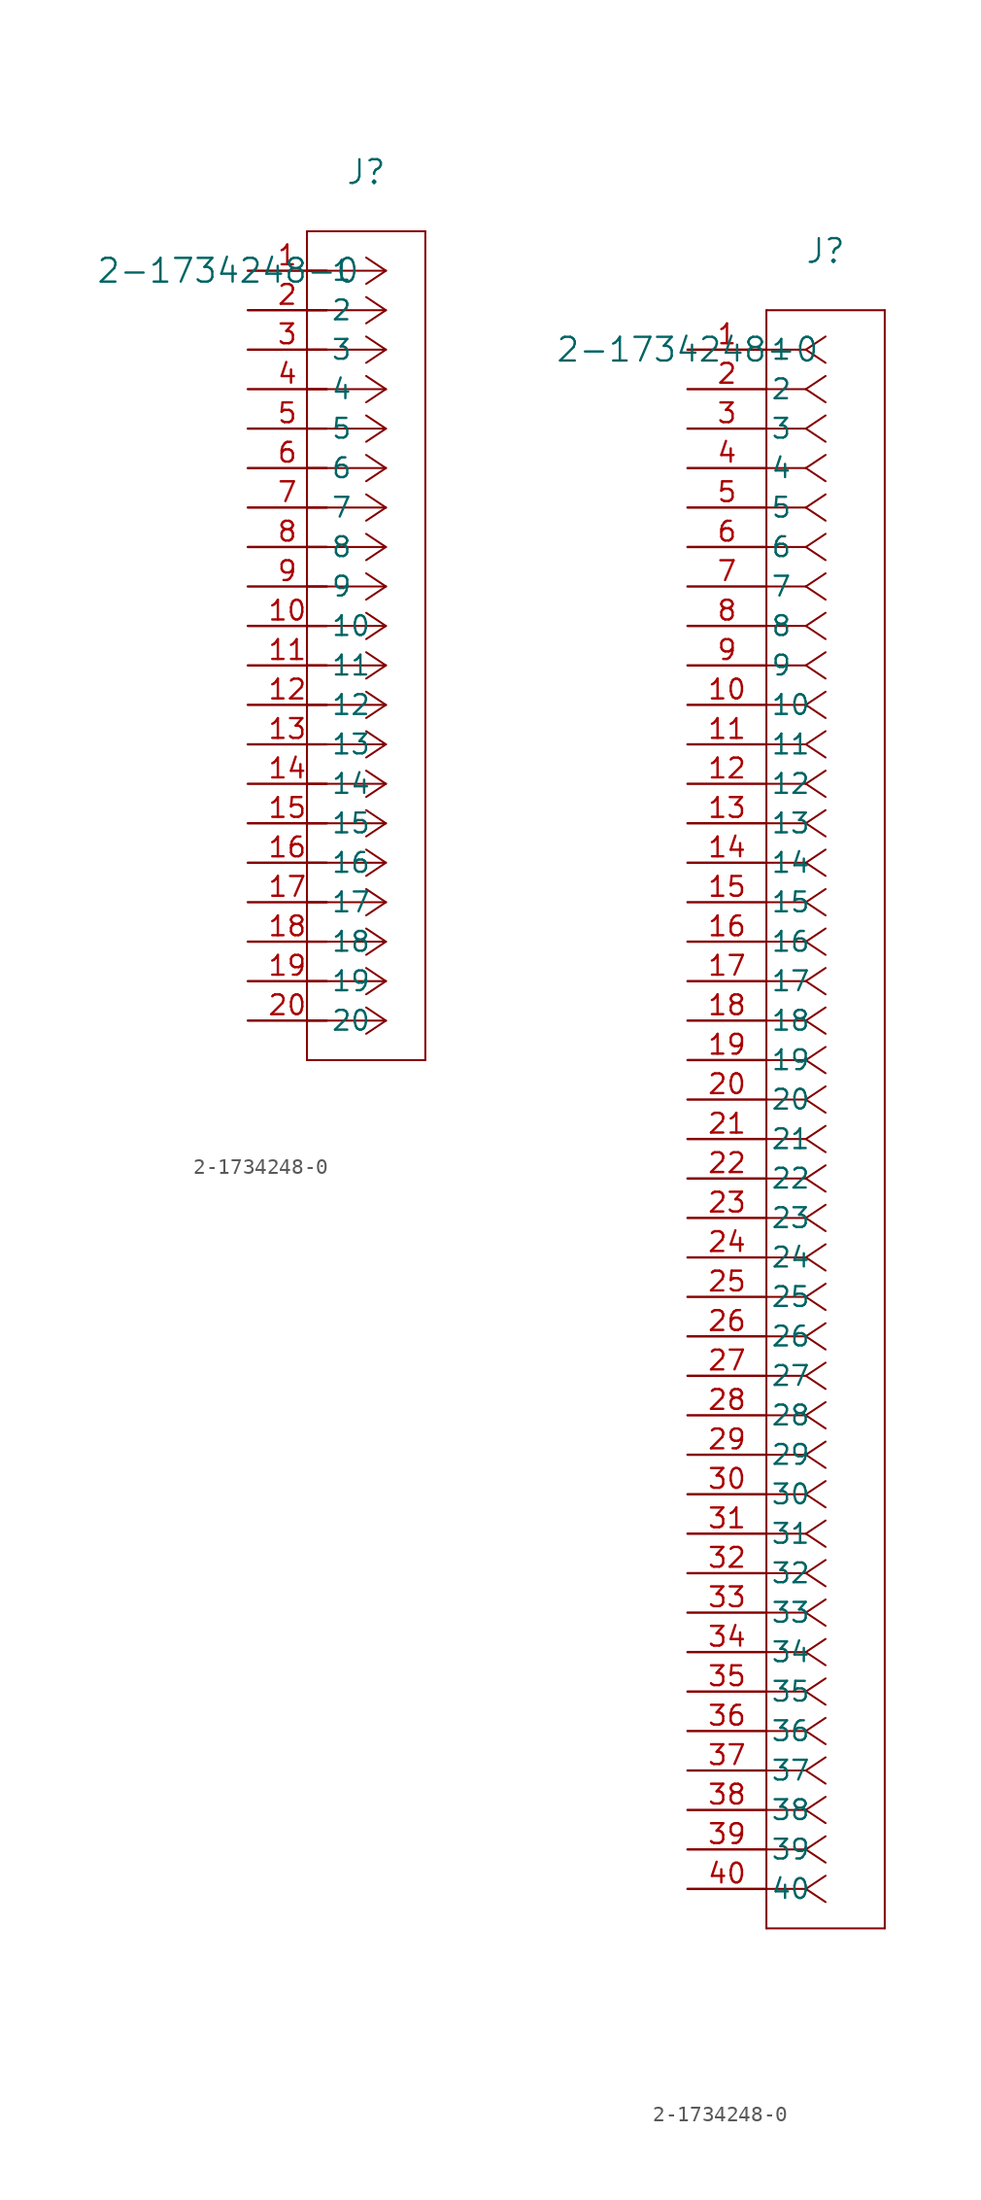
<source format=kicad_sym>
(kicad_symbol_lib
  (version 20241209)
  (generator "kicad_symbol_editor")
  (generator_version "9.0")
  (symbol "2-1734248-0"
    (pin_names
      (offset 0.254))
    (property "Reference" "J"
      (at 8.89 6.35 0)
      (effects (font (size 1.524 1.524))))
    (property "Value" "2-1734248-0"
      (at 0 0 0)
      (effects (font (size 1.524 1.524))))
    (property "ki_locked" ""
      (at 0 0 0)
      (effects (font (size 1.27 1.27))))
    (symbol "2-1734248-0_1_1"
      (polyline (pts (xy 5.08 2.54) (xy 5.08 -50.8)) (stroke (width 0.127) (type default)) (fill (type none)))
      (polyline (pts (xy 5.08 -50.8) (xy 12.7 -50.8)) (stroke (width 0.127) (type default)) (fill (type none)))
      (polyline (pts (xy 10.16 0) (xy 5.08 0)) (stroke (width 0.127) (type default)) (fill (type none)))
      (polyline (pts (xy 10.16 0) (xy 8.89 0.847)) (stroke (width 0.127) (type default)) (fill (type none)))
      (polyline (pts (xy 10.16 0) (xy 8.89 -0.847)) (stroke (width 0.127) (type default)) (fill (type none)))
      (polyline (pts (xy 10.16 -2.54) (xy 5.08 -2.54)) (stroke (width 0.127) (type default)) (fill (type none)))
      (polyline (pts (xy 10.16 -2.54) (xy 8.89 -1.693)) (stroke (width 0.127) (type default)) (fill (type none)))
      (polyline (pts (xy 10.16 -2.54) (xy 8.89 -3.387)) (stroke (width 0.127) (type default)) (fill (type none)))
      (polyline (pts (xy 10.16 -5.08) (xy 5.08 -5.08)) (stroke (width 0.127) (type default)) (fill (type none)))
      (polyline (pts (xy 10.16 -5.08) (xy 8.89 -4.233)) (stroke (width 0.127) (type default)) (fill (type none)))
      (polyline (pts (xy 10.16 -5.08) (xy 8.89 -5.927)) (stroke (width 0.127) (type default)) (fill (type none)))
      (polyline (pts (xy 10.16 -7.62) (xy 5.08 -7.62)) (stroke (width 0.127) (type default)) (fill (type none)))
      (polyline (pts (xy 10.16 -7.62) (xy 8.89 -6.773)) (stroke (width 0.127) (type default)) (fill (type none)))
      (polyline (pts (xy 10.16 -7.62) (xy 8.89 -8.467)) (stroke (width 0.127) (type default)) (fill (type none)))
      (polyline (pts (xy 10.16 -10.16) (xy 5.08 -10.16)) (stroke (width 0.127) (type default)) (fill (type none)))
      (polyline (pts (xy 10.16 -10.16) (xy 8.89 -9.313)) (stroke (width 0.127) (type default)) (fill (type none)))
      (polyline (pts (xy 10.16 -10.16) (xy 8.89 -11.007)) (stroke (width 0.127) (type default)) (fill (type none)))
      (polyline (pts (xy 10.16 -12.7) (xy 5.08 -12.7)) (stroke (width 0.127) (type default)) (fill (type none)))
      (polyline (pts (xy 10.16 -12.7) (xy 8.89 -11.853)) (stroke (width 0.127) (type default)) (fill (type none)))
      (polyline (pts (xy 10.16 -12.7) (xy 8.89 -13.547)) (stroke (width 0.127) (type default)) (fill (type none)))
      (polyline (pts (xy 10.16 -15.24) (xy 5.08 -15.24)) (stroke (width 0.127) (type default)) (fill (type none)))
      (polyline (pts (xy 10.16 -15.24) (xy 8.89 -14.393)) (stroke (width 0.127) (type default)) (fill (type none)))
      (polyline (pts (xy 10.16 -15.24) (xy 8.89 -16.087)) (stroke (width 0.127) (type default)) (fill (type none)))
      (polyline (pts (xy 10.16 -17.78) (xy 5.08 -17.78)) (stroke (width 0.127) (type default)) (fill (type none)))
      (polyline (pts (xy 10.16 -17.78) (xy 8.89 -16.933)) (stroke (width 0.127) (type default)) (fill (type none)))
      (polyline (pts (xy 10.16 -17.78) (xy 8.89 -18.627)) (stroke (width 0.127) (type default)) (fill (type none)))
      (polyline (pts (xy 10.16 -20.32) (xy 5.08 -20.32)) (stroke (width 0.127) (type default)) (fill (type none)))
      (polyline (pts (xy 10.16 -20.32) (xy 8.89 -19.473)) (stroke (width 0.127) (type default)) (fill (type none)))
      (polyline (pts (xy 10.16 -20.32) (xy 8.89 -21.167)) (stroke (width 0.127) (type default)) (fill (type none)))
      (polyline (pts (xy 10.16 -22.86) (xy 5.08 -22.86)) (stroke (width 0.127) (type default)) (fill (type none)))
      (polyline (pts (xy 10.16 -22.86) (xy 8.89 -22.013)) (stroke (width 0.127) (type default)) (fill (type none)))
      (polyline (pts (xy 10.16 -22.86) (xy 8.89 -23.707)) (stroke (width 0.127) (type default)) (fill (type none)))
      (polyline (pts (xy 10.16 -25.4) (xy 5.08 -25.4)) (stroke (width 0.127) (type default)) (fill (type none)))
      (polyline (pts (xy 10.16 -25.4) (xy 8.89 -24.553)) (stroke (width 0.127) (type default)) (fill (type none)))
      (polyline (pts (xy 10.16 -25.4) (xy 8.89 -26.247)) (stroke (width 0.127) (type default)) (fill (type none)))
      (polyline (pts (xy 10.16 -27.94) (xy 5.08 -27.94)) (stroke (width 0.127) (type default)) (fill (type none)))
      (polyline (pts (xy 10.16 -27.94) (xy 8.89 -27.093)) (stroke (width 0.127) (type default)) (fill (type none)))
      (polyline (pts (xy 10.16 -27.94) (xy 8.89 -28.787)) (stroke (width 0.127) (type default)) (fill (type none)))
      (polyline (pts (xy 10.16 -30.48) (xy 5.08 -30.48)) (stroke (width 0.127) (type default)) (fill (type none)))
      (polyline (pts (xy 10.16 -30.48) (xy 8.89 -29.633)) (stroke (width 0.127) (type default)) (fill (type none)))
      (polyline (pts (xy 10.16 -30.48) (xy 8.89 -31.327)) (stroke (width 0.127) (type default)) (fill (type none)))
      (polyline (pts (xy 10.16 -33.02) (xy 5.08 -33.02)) (stroke (width 0.127) (type default)) (fill (type none)))
      (polyline (pts (xy 10.16 -33.02) (xy 8.89 -32.173)) (stroke (width 0.127) (type default)) (fill (type none)))
      (polyline (pts (xy 10.16 -33.02) (xy 8.89 -33.867)) (stroke (width 0.127) (type default)) (fill (type none)))
      (polyline (pts (xy 10.16 -35.56) (xy 5.08 -35.56)) (stroke (width 0.127) (type default)) (fill (type none)))
      (polyline (pts (xy 10.16 -35.56) (xy 8.89 -34.713)) (stroke (width 0.127) (type default)) (fill (type none)))
      (polyline (pts (xy 10.16 -35.56) (xy 8.89 -36.407)) (stroke (width 0.127) (type default)) (fill (type none)))
      (polyline (pts (xy 10.16 -38.1) (xy 5.08 -38.1)) (stroke (width 0.127) (type default)) (fill (type none)))
      (polyline (pts (xy 10.16 -38.1) (xy 8.89 -37.253)) (stroke (width 0.127) (type default)) (fill (type none)))
      (polyline (pts (xy 10.16 -38.1) (xy 8.89 -38.947)) (stroke (width 0.127) (type default)) (fill (type none)))
      (polyline (pts (xy 10.16 -40.64) (xy 5.08 -40.64)) (stroke (width 0.127) (type default)) (fill (type none)))
      (polyline (pts (xy 10.16 -40.64) (xy 8.89 -39.793)) (stroke (width 0.127) (type default)) (fill (type none)))
      (polyline (pts (xy 10.16 -40.64) (xy 8.89 -41.487)) (stroke (width 0.127) (type default)) (fill (type none)))
      (polyline (pts (xy 10.16 -43.18) (xy 5.08 -43.18)) (stroke (width 0.127) (type default)) (fill (type none)))
      (polyline (pts (xy 10.16 -43.18) (xy 8.89 -42.333)) (stroke (width 0.127) (type default)) (fill (type none)))
      (polyline (pts (xy 10.16 -43.18) (xy 8.89 -44.027)) (stroke (width 0.127) (type default)) (fill (type none)))
      (polyline (pts (xy 10.16 -45.72) (xy 5.08 -45.72)) (stroke (width 0.127) (type default)) (fill (type none)))
      (polyline (pts (xy 10.16 -45.72) (xy 8.89 -44.873)) (stroke (width 0.127) (type default)) (fill (type none)))
      (polyline (pts (xy 10.16 -45.72) (xy 8.89 -46.567)) (stroke (width 0.127) (type default)) (fill (type none)))
      (polyline (pts (xy 10.16 -48.26) (xy 5.08 -48.26)) (stroke (width 0.127) (type default)) (fill (type none)))
      (polyline (pts (xy 10.16 -48.26) (xy 8.89 -47.413)) (stroke (width 0.127) (type default)) (fill (type none)))
      (polyline (pts (xy 10.16 -48.26) (xy 8.89 -49.107)) (stroke (width 0.127) (type default)) (fill (type none)))
      (polyline (pts (xy 12.7 2.54) (xy 5.08 2.54)) (stroke (width 0.127) (type default)) (fill (type none)))
      (polyline (pts (xy 12.7 -50.8) (xy 12.7 2.54)) (stroke (width 0.127) (type default)) (fill (type none)))
      (pin unspecified line (at 1.27 0 0) (length 5.08) (name "1" (effects (font (size 1.27 1.27)))) (number "1" (effects (font (size 1.27 1.27)))))
      (pin unspecified line (at 1.27 0 0) (length 5.08) (hide yes) (name "21" (effects (font (size 1.27 1.27)))) (number "21" (effects (font (size 1.27 1.27)))))
      (pin unspecified line (at 1.27 -2.54 0) (length 5.08) (name "2" (effects (font (size 1.27 1.27)))) (number "2" (effects (font (size 1.27 1.27)))))
      (pin unspecified line (at 1.27 -2.54 0) (length 5.08) (hide yes) (name "22" (effects (font (size 1.27 1.27)))) (number "22" (effects (font (size 1.27 1.27)))))
      (pin unspecified line (at 1.27 -5.08 0) (length 5.08) (hide yes) (name "23" (effects (font (size 1.27 1.27)))) (number "23" (effects (font (size 1.27 1.27)))))
      (pin unspecified line (at 1.27 -5.08 0) (length 5.08) (name "3" (effects (font (size 1.27 1.27)))) (number "3" (effects (font (size 1.27 1.27)))))
      (pin unspecified line (at 1.27 -7.62 0) (length 5.08) (hide yes) (name "24" (effects (font (size 1.27 1.27)))) (number "24" (effects (font (size 1.27 1.27)))))
      (pin unspecified line (at 1.27 -7.62 0) (length 5.08) (name "4" (effects (font (size 1.27 1.27)))) (number "4" (effects (font (size 1.27 1.27)))))
      (pin unspecified line (at 1.27 -10.16 0) (length 5.08) (hide yes) (name "25" (effects (font (size 1.27 1.27)))) (number "25" (effects (font (size 1.27 1.27)))))
      (pin unspecified line (at 1.27 -10.16 0) (length 5.08) (name "5" (effects (font (size 1.27 1.27)))) (number "5" (effects (font (size 1.27 1.27)))))
      (pin unspecified line (at 1.27 -12.7 0) (length 5.08) (hide yes) (name "26" (effects (font (size 1.27 1.27)))) (number "26" (effects (font (size 1.27 1.27)))))
      (pin unspecified line (at 1.27 -12.7 0) (length 5.08) (name "6" (effects (font (size 1.27 1.27)))) (number "6" (effects (font (size 1.27 1.27)))))
      (pin unspecified line (at 1.27 -15.24 0) (length 5.08) (hide yes) (name "27" (effects (font (size 1.27 1.27)))) (number "27" (effects (font (size 1.27 1.27)))))
      (pin unspecified line (at 1.27 -15.24 0) (length 5.08) (name "7" (effects (font (size 1.27 1.27)))) (number "7" (effects (font (size 1.27 1.27)))))
      (pin unspecified line (at 1.27 -17.78 0) (length 5.08) (hide yes) (name "28" (effects (font (size 1.27 1.27)))) (number "28" (effects (font (size 1.27 1.27)))))
      (pin unspecified line (at 1.27 -17.78 0) (length 5.08) (name "8" (effects (font (size 1.27 1.27)))) (number "8" (effects (font (size 1.27 1.27)))))
      (pin unspecified line (at 1.27 -20.32 0) (length 5.08) (hide yes) (name "29" (effects (font (size 1.27 1.27)))) (number "29" (effects (font (size 1.27 1.27)))))
      (pin unspecified line (at 1.27 -20.32 0) (length 5.08) (name "9" (effects (font (size 1.27 1.27)))) (number "9" (effects (font (size 1.27 1.27)))))
      (pin unspecified line (at 1.27 -22.86 0) (length 5.08) (name "10" (effects (font (size 1.27 1.27)))) (number "10" (effects (font (size 1.27 1.27)))))
      (pin unspecified line (at 1.27 -22.86 0) (length 5.08) (hide yes) (name "30" (effects (font (size 1.27 1.27)))) (number "30" (effects (font (size 1.27 1.27)))))
      (pin unspecified line (at 1.27 -25.4 0) (length 5.08) (name "11" (effects (font (size 1.27 1.27)))) (number "11" (effects (font (size 1.27 1.27)))))
      (pin unspecified line (at 1.27 -25.4 0) (length 5.08) (hide yes) (name "31" (effects (font (size 1.27 1.27)))) (number "31" (effects (font (size 1.27 1.27)))))
      (pin unspecified line (at 1.27 -27.94 0) (length 5.08) (name "12" (effects (font (size 1.27 1.27)))) (number "12" (effects (font (size 1.27 1.27)))))
      (pin unspecified line (at 1.27 -27.94 0) (length 5.08) (hide yes) (name "32" (effects (font (size 1.27 1.27)))) (number "32" (effects (font (size 1.27 1.27)))))
      (pin unspecified line (at 1.27 -30.48 0) (length 5.08) (name "13" (effects (font (size 1.27 1.27)))) (number "13" (effects (font (size 1.27 1.27)))))
      (pin unspecified line (at 1.27 -30.48 0) (length 5.08) (hide yes) (name "33" (effects (font (size 1.27 1.27)))) (number "33" (effects (font (size 1.27 1.27)))))
      (pin unspecified line (at 1.27 -33.02 0) (length 5.08) (name "14" (effects (font (size 1.27 1.27)))) (number "14" (effects (font (size 1.27 1.27)))))
      (pin unspecified line (at 1.27 -33.02 0) (length 5.08) (hide yes) (name "34" (effects (font (size 1.27 1.27)))) (number "34" (effects (font (size 1.27 1.27)))))
      (pin unspecified line (at 1.27 -35.56 0) (length 5.08) (name "15" (effects (font (size 1.27 1.27)))) (number "15" (effects (font (size 1.27 1.27)))))
      (pin unspecified line (at 1.27 -35.56 0) (length 5.08) (hide yes) (name "35" (effects (font (size 1.27 1.27)))) (number "35" (effects (font (size 1.27 1.27)))))
      (pin unspecified line (at 1.27 -38.1 0) (length 5.08) (name "16" (effects (font (size 1.27 1.27)))) (number "16" (effects (font (size 1.27 1.27)))))
      (pin unspecified line (at 1.27 -38.1 0) (length 5.08) (hide yes) (name "36" (effects (font (size 1.27 1.27)))) (number "36" (effects (font (size 1.27 1.27)))))
      (pin unspecified line (at 1.27 -40.64 0) (length 5.08) (name "17" (effects (font (size 1.27 1.27)))) (number "17" (effects (font (size 1.27 1.27)))))
      (pin unspecified line (at 1.27 -40.64 0) (length 5.08) (hide yes) (name "37" (effects (font (size 1.27 1.27)))) (number "37" (effects (font (size 1.27 1.27)))))
      (pin unspecified line (at 1.27 -43.18 0) (length 5.08) (name "18" (effects (font (size 1.27 1.27)))) (number "18" (effects (font (size 1.27 1.27)))))
      (pin unspecified line (at 1.27 -43.18 0) (length 5.08) (hide yes) (name "38" (effects (font (size 1.27 1.27)))) (number "38" (effects (font (size 1.27 1.27)))))
      (pin unspecified line (at 1.27 -45.72 0) (length 5.08) (name "19" (effects (font (size 1.27 1.27)))) (number "19" (effects (font (size 1.27 1.27)))))
      (pin unspecified line (at 1.27 -45.72 0) (length 5.08) (hide yes) (name "39" (effects (font (size 1.27 1.27)))) (number "39" (effects (font (size 1.27 1.27)))))
      (pin unspecified line (at 1.27 -48.26 0) (length 5.08) (name "20" (effects (font (size 1.27 1.27)))) (number "20" (effects (font (size 1.27 1.27)))))
      (pin unspecified line (at 1.27 -48.26 0) (length 5.08) (hide yes) (name "40" (effects (font (size 1.27 1.27)))) (number "40" (effects (font (size 1.27 1.27))))))
    (symbol "2-1734248-0_1_2"
      (polyline (pts (xy 5.08 2.54) (xy 5.08 -101.6)) (stroke (width 0.127) (type default)) (fill (type none)))
      (polyline (pts (xy 5.08 -101.6) (xy 12.7 -101.6)) (stroke (width 0.127) (type default)) (fill (type none)))
      (polyline (pts (xy 7.62 0) (xy 5.08 0)) (stroke (width 0.127) (type default)) (fill (type none)))
      (polyline (pts (xy 7.62 0) (xy 8.89 0.847)) (stroke (width 0.127) (type default)) (fill (type none)))
      (polyline (pts (xy 7.62 0) (xy 8.89 -0.847)) (stroke (width 0.127) (type default)) (fill (type none)))
      (polyline (pts (xy 7.62 -2.54) (xy 5.08 -2.54)) (stroke (width 0.127) (type default)) (fill (type none)))
      (polyline (pts (xy 7.62 -2.54) (xy 8.89 -1.693)) (stroke (width 0.127) (type default)) (fill (type none)))
      (polyline (pts (xy 7.62 -2.54) (xy 8.89 -3.387)) (stroke (width 0.127) (type default)) (fill (type none)))
      (polyline (pts (xy 7.62 -5.08) (xy 5.08 -5.08)) (stroke (width 0.127) (type default)) (fill (type none)))
      (polyline (pts (xy 7.62 -5.08) (xy 8.89 -4.233)) (stroke (width 0.127) (type default)) (fill (type none)))
      (polyline (pts (xy 7.62 -5.08) (xy 8.89 -5.927)) (stroke (width 0.127) (type default)) (fill (type none)))
      (polyline (pts (xy 7.62 -7.62) (xy 5.08 -7.62)) (stroke (width 0.127) (type default)) (fill (type none)))
      (polyline (pts (xy 7.62 -7.62) (xy 8.89 -6.773)) (stroke (width 0.127) (type default)) (fill (type none)))
      (polyline (pts (xy 7.62 -7.62) (xy 8.89 -8.467)) (stroke (width 0.127) (type default)) (fill (type none)))
      (polyline (pts (xy 7.62 -10.16) (xy 5.08 -10.16)) (stroke (width 0.127) (type default)) (fill (type none)))
      (polyline (pts (xy 7.62 -10.16) (xy 8.89 -9.313)) (stroke (width 0.127) (type default)) (fill (type none)))
      (polyline (pts (xy 7.62 -10.16) (xy 8.89 -11.007)) (stroke (width 0.127) (type default)) (fill (type none)))
      (polyline (pts (xy 7.62 -12.7) (xy 5.08 -12.7)) (stroke (width 0.127) (type default)) (fill (type none)))
      (polyline (pts (xy 7.62 -12.7) (xy 8.89 -11.853)) (stroke (width 0.127) (type default)) (fill (type none)))
      (polyline (pts (xy 7.62 -12.7) (xy 8.89 -13.547)) (stroke (width 0.127) (type default)) (fill (type none)))
      (polyline (pts (xy 7.62 -15.24) (xy 5.08 -15.24)) (stroke (width 0.127) (type default)) (fill (type none)))
      (polyline (pts (xy 7.62 -15.24) (xy 8.89 -14.393)) (stroke (width 0.127) (type default)) (fill (type none)))
      (polyline (pts (xy 7.62 -15.24) (xy 8.89 -16.087)) (stroke (width 0.127) (type default)) (fill (type none)))
      (polyline (pts (xy 7.62 -17.78) (xy 5.08 -17.78)) (stroke (width 0.127) (type default)) (fill (type none)))
      (polyline (pts (xy 7.62 -17.78) (xy 8.89 -16.933)) (stroke (width 0.127) (type default)) (fill (type none)))
      (polyline (pts (xy 7.62 -17.78) (xy 8.89 -18.627)) (stroke (width 0.127) (type default)) (fill (type none)))
      (polyline (pts (xy 7.62 -20.32) (xy 5.08 -20.32)) (stroke (width 0.127) (type default)) (fill (type none)))
      (polyline (pts (xy 7.62 -20.32) (xy 8.89 -19.473)) (stroke (width 0.127) (type default)) (fill (type none)))
      (polyline (pts (xy 7.62 -20.32) (xy 8.89 -21.167)) (stroke (width 0.127) (type default)) (fill (type none)))
      (polyline (pts (xy 7.62 -22.86) (xy 5.08 -22.86)) (stroke (width 0.127) (type default)) (fill (type none)))
      (polyline (pts (xy 7.62 -22.86) (xy 8.89 -22.013)) (stroke (width 0.127) (type default)) (fill (type none)))
      (polyline (pts (xy 7.62 -22.86) (xy 8.89 -23.707)) (stroke (width 0.127) (type default)) (fill (type none)))
      (polyline (pts (xy 7.62 -25.4) (xy 5.08 -25.4)) (stroke (width 0.127) (type default)) (fill (type none)))
      (polyline (pts (xy 7.62 -25.4) (xy 8.89 -24.553)) (stroke (width 0.127) (type default)) (fill (type none)))
      (polyline (pts (xy 7.62 -25.4) (xy 8.89 -26.247)) (stroke (width 0.127) (type default)) (fill (type none)))
      (polyline (pts (xy 7.62 -27.94) (xy 5.08 -27.94)) (stroke (width 0.127) (type default)) (fill (type none)))
      (polyline (pts (xy 7.62 -27.94) (xy 8.89 -27.093)) (stroke (width 0.127) (type default)) (fill (type none)))
      (polyline (pts (xy 7.62 -27.94) (xy 8.89 -28.787)) (stroke (width 0.127) (type default)) (fill (type none)))
      (polyline (pts (xy 7.62 -30.48) (xy 5.08 -30.48)) (stroke (width 0.127) (type default)) (fill (type none)))
      (polyline (pts (xy 7.62 -30.48) (xy 8.89 -29.633)) (stroke (width 0.127) (type default)) (fill (type none)))
      (polyline (pts (xy 7.62 -30.48) (xy 8.89 -31.327)) (stroke (width 0.127) (type default)) (fill (type none)))
      (polyline (pts (xy 7.62 -33.02) (xy 5.08 -33.02)) (stroke (width 0.127) (type default)) (fill (type none)))
      (polyline (pts (xy 7.62 -33.02) (xy 8.89 -32.173)) (stroke (width 0.127) (type default)) (fill (type none)))
      (polyline (pts (xy 7.62 -33.02) (xy 8.89 -33.867)) (stroke (width 0.127) (type default)) (fill (type none)))
      (polyline (pts (xy 7.62 -35.56) (xy 5.08 -35.56)) (stroke (width 0.127) (type default)) (fill (type none)))
      (polyline (pts (xy 7.62 -35.56) (xy 8.89 -34.713)) (stroke (width 0.127) (type default)) (fill (type none)))
      (polyline (pts (xy 7.62 -35.56) (xy 8.89 -36.407)) (stroke (width 0.127) (type default)) (fill (type none)))
      (polyline (pts (xy 7.62 -38.1) (xy 5.08 -38.1)) (stroke (width 0.127) (type default)) (fill (type none)))
      (polyline (pts (xy 7.62 -38.1) (xy 8.89 -37.253)) (stroke (width 0.127) (type default)) (fill (type none)))
      (polyline (pts (xy 7.62 -38.1) (xy 8.89 -38.947)) (stroke (width 0.127) (type default)) (fill (type none)))
      (polyline (pts (xy 7.62 -40.64) (xy 5.08 -40.64)) (stroke (width 0.127) (type default)) (fill (type none)))
      (polyline (pts (xy 7.62 -40.64) (xy 8.89 -39.793)) (stroke (width 0.127) (type default)) (fill (type none)))
      (polyline (pts (xy 7.62 -40.64) (xy 8.89 -41.487)) (stroke (width 0.127) (type default)) (fill (type none)))
      (polyline (pts (xy 7.62 -43.18) (xy 5.08 -43.18)) (stroke (width 0.127) (type default)) (fill (type none)))
      (polyline (pts (xy 7.62 -43.18) (xy 8.89 -42.333)) (stroke (width 0.127) (type default)) (fill (type none)))
      (polyline (pts (xy 7.62 -43.18) (xy 8.89 -44.027)) (stroke (width 0.127) (type default)) (fill (type none)))
      (polyline (pts (xy 7.62 -45.72) (xy 5.08 -45.72)) (stroke (width 0.127) (type default)) (fill (type none)))
      (polyline (pts (xy 7.62 -45.72) (xy 8.89 -44.873)) (stroke (width 0.127) (type default)) (fill (type none)))
      (polyline (pts (xy 7.62 -45.72) (xy 8.89 -46.567)) (stroke (width 0.127) (type default)) (fill (type none)))
      (polyline (pts (xy 7.62 -48.26) (xy 5.08 -48.26)) (stroke (width 0.127) (type default)) (fill (type none)))
      (polyline (pts (xy 7.62 -48.26) (xy 8.89 -47.413)) (stroke (width 0.127) (type default)) (fill (type none)))
      (polyline (pts (xy 7.62 -48.26) (xy 8.89 -49.107)) (stroke (width 0.127) (type default)) (fill (type none)))
      (polyline (pts (xy 7.62 -50.8) (xy 5.08 -50.8)) (stroke (width 0.127) (type default)) (fill (type none)))
      (polyline (pts (xy 7.62 -50.8) (xy 8.89 -49.953)) (stroke (width 0.127) (type default)) (fill (type none)))
      (polyline (pts (xy 7.62 -50.8) (xy 8.89 -51.647)) (stroke (width 0.127) (type default)) (fill (type none)))
      (polyline (pts (xy 7.62 -53.34) (xy 5.08 -53.34)) (stroke (width 0.127) (type default)) (fill (type none)))
      (polyline (pts (xy 7.62 -53.34) (xy 8.89 -52.493)) (stroke (width 0.127) (type default)) (fill (type none)))
      (polyline (pts (xy 7.62 -53.34) (xy 8.89 -54.187)) (stroke (width 0.127) (type default)) (fill (type none)))
      (polyline (pts (xy 7.62 -55.88) (xy 5.08 -55.88)) (stroke (width 0.127) (type default)) (fill (type none)))
      (polyline (pts (xy 7.62 -55.88) (xy 8.89 -55.033)) (stroke (width 0.127) (type default)) (fill (type none)))
      (polyline (pts (xy 7.62 -55.88) (xy 8.89 -56.727)) (stroke (width 0.127) (type default)) (fill (type none)))
      (polyline (pts (xy 7.62 -58.42) (xy 5.08 -58.42)) (stroke (width 0.127) (type default)) (fill (type none)))
      (polyline (pts (xy 7.62 -58.42) (xy 8.89 -57.573)) (stroke (width 0.127) (type default)) (fill (type none)))
      (polyline (pts (xy 7.62 -58.42) (xy 8.89 -59.267)) (stroke (width 0.127) (type default)) (fill (type none)))
      (polyline (pts (xy 7.62 -60.96) (xy 5.08 -60.96)) (stroke (width 0.127) (type default)) (fill (type none)))
      (polyline (pts (xy 7.62 -60.96) (xy 8.89 -60.113)) (stroke (width 0.127) (type default)) (fill (type none)))
      (polyline (pts (xy 7.62 -60.96) (xy 8.89 -61.807)) (stroke (width 0.127) (type default)) (fill (type none)))
      (polyline (pts (xy 7.62 -63.5) (xy 5.08 -63.5)) (stroke (width 0.127) (type default)) (fill (type none)))
      (polyline (pts (xy 7.62 -63.5) (xy 8.89 -62.653)) (stroke (width 0.127) (type default)) (fill (type none)))
      (polyline (pts (xy 7.62 -63.5) (xy 8.89 -64.347)) (stroke (width 0.127) (type default)) (fill (type none)))
      (polyline (pts (xy 7.62 -66.04) (xy 5.08 -66.04)) (stroke (width 0.127) (type default)) (fill (type none)))
      (polyline (pts (xy 7.62 -66.04) (xy 8.89 -65.193)) (stroke (width 0.127) (type default)) (fill (type none)))
      (polyline (pts (xy 7.62 -66.04) (xy 8.89 -66.887)) (stroke (width 0.127) (type default)) (fill (type none)))
      (polyline (pts (xy 7.62 -68.58) (xy 5.08 -68.58)) (stroke (width 0.127) (type default)) (fill (type none)))
      (polyline (pts (xy 7.62 -68.58) (xy 8.89 -67.733)) (stroke (width 0.127) (type default)) (fill (type none)))
      (polyline (pts (xy 7.62 -68.58) (xy 8.89 -69.427)) (stroke (width 0.127) (type default)) (fill (type none)))
      (polyline (pts (xy 7.62 -71.12) (xy 5.08 -71.12)) (stroke (width 0.127) (type default)) (fill (type none)))
      (polyline (pts (xy 7.62 -71.12) (xy 8.89 -70.273)) (stroke (width 0.127) (type default)) (fill (type none)))
      (polyline (pts (xy 7.62 -71.12) (xy 8.89 -71.967)) (stroke (width 0.127) (type default)) (fill (type none)))
      (polyline (pts (xy 7.62 -73.66) (xy 5.08 -73.66)) (stroke (width 0.127) (type default)) (fill (type none)))
      (polyline (pts (xy 7.62 -73.66) (xy 8.89 -72.813)) (stroke (width 0.127) (type default)) (fill (type none)))
      (polyline (pts (xy 7.62 -73.66) (xy 8.89 -74.507)) (stroke (width 0.127) (type default)) (fill (type none)))
      (polyline (pts (xy 7.62 -76.2) (xy 5.08 -76.2)) (stroke (width 0.127) (type default)) (fill (type none)))
      (polyline (pts (xy 7.62 -76.2) (xy 8.89 -75.353)) (stroke (width 0.127) (type default)) (fill (type none)))
      (polyline (pts (xy 7.62 -76.2) (xy 8.89 -77.047)) (stroke (width 0.127) (type default)) (fill (type none)))
      (polyline (pts (xy 7.62 -78.74) (xy 5.08 -78.74)) (stroke (width 0.127) (type default)) (fill (type none)))
      (polyline (pts (xy 7.62 -78.74) (xy 8.89 -77.893)) (stroke (width 0.127) (type default)) (fill (type none)))
      (polyline (pts (xy 7.62 -78.74) (xy 8.89 -79.587)) (stroke (width 0.127) (type default)) (fill (type none)))
      (polyline (pts (xy 7.62 -81.28) (xy 5.08 -81.28)) (stroke (width 0.127) (type default)) (fill (type none)))
      (polyline (pts (xy 7.62 -81.28) (xy 8.89 -80.433)) (stroke (width 0.127) (type default)) (fill (type none)))
      (polyline (pts (xy 7.62 -81.28) (xy 8.89 -82.127)) (stroke (width 0.127) (type default)) (fill (type none)))
      (polyline (pts (xy 7.62 -83.82) (xy 5.08 -83.82)) (stroke (width 0.127) (type default)) (fill (type none)))
      (polyline (pts (xy 7.62 -83.82) (xy 8.89 -82.973)) (stroke (width 0.127) (type default)) (fill (type none)))
      (polyline (pts (xy 7.62 -83.82) (xy 8.89 -84.667)) (stroke (width 0.127) (type default)) (fill (type none)))
      (polyline (pts (xy 7.62 -86.36) (xy 5.08 -86.36)) (stroke (width 0.127) (type default)) (fill (type none)))
      (polyline (pts (xy 7.62 -86.36) (xy 8.89 -85.513)) (stroke (width 0.127) (type default)) (fill (type none)))
      (polyline (pts (xy 7.62 -86.36) (xy 8.89 -87.207)) (stroke (width 0.127) (type default)) (fill (type none)))
      (polyline (pts (xy 7.62 -88.9) (xy 5.08 -88.9)) (stroke (width 0.127) (type default)) (fill (type none)))
      (polyline (pts (xy 7.62 -88.9) (xy 8.89 -88.053)) (stroke (width 0.127) (type default)) (fill (type none)))
      (polyline (pts (xy 7.62 -88.9) (xy 8.89 -89.747)) (stroke (width 0.127) (type default)) (fill (type none)))
      (polyline (pts (xy 7.62 -91.44) (xy 5.08 -91.44)) (stroke (width 0.127) (type default)) (fill (type none)))
      (polyline (pts (xy 7.62 -91.44) (xy 8.89 -90.593)) (stroke (width 0.127) (type default)) (fill (type none)))
      (polyline (pts (xy 7.62 -91.44) (xy 8.89 -92.287)) (stroke (width 0.127) (type default)) (fill (type none)))
      (polyline (pts (xy 7.62 -93.98) (xy 5.08 -93.98)) (stroke (width 0.127) (type default)) (fill (type none)))
      (polyline (pts (xy 7.62 -93.98) (xy 8.89 -93.133)) (stroke (width 0.127) (type default)) (fill (type none)))
      (polyline (pts (xy 7.62 -93.98) (xy 8.89 -94.827)) (stroke (width 0.127) (type default)) (fill (type none)))
      (polyline (pts (xy 7.62 -96.52) (xy 5.08 -96.52)) (stroke (width 0.127) (type default)) (fill (type none)))
      (polyline (pts (xy 7.62 -96.52) (xy 8.89 -95.673)) (stroke (width 0.127) (type default)) (fill (type none)))
      (polyline (pts (xy 7.62 -96.52) (xy 8.89 -97.367)) (stroke (width 0.127) (type default)) (fill (type none)))
      (polyline (pts (xy 7.62 -99.06) (xy 5.08 -99.06)) (stroke (width 0.127) (type default)) (fill (type none)))
      (polyline (pts (xy 7.62 -99.06) (xy 8.89 -98.213)) (stroke (width 0.127) (type default)) (fill (type none)))
      (polyline (pts (xy 7.62 -99.06) (xy 8.89 -99.907)) (stroke (width 0.127) (type default)) (fill (type none)))
      (polyline (pts (xy 12.7 2.54) (xy 5.08 2.54)) (stroke (width 0.127) (type default)) (fill (type none)))
      (polyline (pts (xy 12.7 -101.6) (xy 12.7 2.54)) (stroke (width 0.127) (type default)) (fill (type none)))
      (pin unspecified line (at 0 0 0) (length 5.08) (name "1" (effects (font (size 1.27 1.27)))) (number "1" (effects (font (size 1.27 1.27)))))
      (pin unspecified line (at 0 -2.54 0) (length 5.08) (name "2" (effects (font (size 1.27 1.27)))) (number "2" (effects (font (size 1.27 1.27)))))
      (pin unspecified line (at 0 -5.08 0) (length 5.08) (name "3" (effects (font (size 1.27 1.27)))) (number "3" (effects (font (size 1.27 1.27)))))
      (pin unspecified line (at 0 -7.62 0) (length 5.08) (name "4" (effects (font (size 1.27 1.27)))) (number "4" (effects (font (size 1.27 1.27)))))
      (pin unspecified line (at 0 -10.16 0) (length 5.08) (name "5" (effects (font (size 1.27 1.27)))) (number "5" (effects (font (size 1.27 1.27)))))
      (pin unspecified line (at 0 -12.7 0) (length 5.08) (name "6" (effects (font (size 1.27 1.27)))) (number "6" (effects (font (size 1.27 1.27)))))
      (pin unspecified line (at 0 -15.24 0) (length 5.08) (name "7" (effects (font (size 1.27 1.27)))) (number "7" (effects (font (size 1.27 1.27)))))
      (pin unspecified line (at 0 -17.78 0) (length 5.08) (name "8" (effects (font (size 1.27 1.27)))) (number "8" (effects (font (size 1.27 1.27)))))
      (pin unspecified line (at 0 -20.32 0) (length 5.08) (name "9" (effects (font (size 1.27 1.27)))) (number "9" (effects (font (size 1.27 1.27)))))
      (pin unspecified line (at 0 -22.86 0) (length 5.08) (name "10" (effects (font (size 1.27 1.27)))) (number "10" (effects (font (size 1.27 1.27)))))
      (pin unspecified line (at 0 -25.4 0) (length 5.08) (name "11" (effects (font (size 1.27 1.27)))) (number "11" (effects (font (size 1.27 1.27)))))
      (pin unspecified line (at 0 -27.94 0) (length 5.08) (name "12" (effects (font (size 1.27 1.27)))) (number "12" (effects (font (size 1.27 1.27)))))
      (pin unspecified line (at 0 -30.48 0) (length 5.08) (name "13" (effects (font (size 1.27 1.27)))) (number "13" (effects (font (size 1.27 1.27)))))
      (pin unspecified line (at 0 -33.02 0) (length 5.08) (name "14" (effects (font (size 1.27 1.27)))) (number "14" (effects (font (size 1.27 1.27)))))
      (pin unspecified line (at 0 -35.56 0) (length 5.08) (name "15" (effects (font (size 1.27 1.27)))) (number "15" (effects (font (size 1.27 1.27)))))
      (pin unspecified line (at 0 -38.1 0) (length 5.08) (name "16" (effects (font (size 1.27 1.27)))) (number "16" (effects (font (size 1.27 1.27)))))
      (pin unspecified line (at 0 -40.64 0) (length 5.08) (name "17" (effects (font (size 1.27 1.27)))) (number "17" (effects (font (size 1.27 1.27)))))
      (pin unspecified line (at 0 -43.18 0) (length 5.08) (name "18" (effects (font (size 1.27 1.27)))) (number "18" (effects (font (size 1.27 1.27)))))
      (pin unspecified line (at 0 -45.72 0) (length 5.08) (name "19" (effects (font (size 1.27 1.27)))) (number "19" (effects (font (size 1.27 1.27)))))
      (pin unspecified line (at 0 -48.26 0) (length 5.08) (name "20" (effects (font (size 1.27 1.27)))) (number "20" (effects (font (size 1.27 1.27)))))
      (pin unspecified line (at 0 -50.8 0) (length 5.08) (name "21" (effects (font (size 1.27 1.27)))) (number "21" (effects (font (size 1.27 1.27)))))
      (pin unspecified line (at 0 -53.34 0) (length 5.08) (name "22" (effects (font (size 1.27 1.27)))) (number "22" (effects (font (size 1.27 1.27)))))
      (pin unspecified line (at 0 -55.88 0) (length 5.08) (name "23" (effects (font (size 1.27 1.27)))) (number "23" (effects (font (size 1.27 1.27)))))
      (pin unspecified line (at 0 -58.42 0) (length 5.08) (name "24" (effects (font (size 1.27 1.27)))) (number "24" (effects (font (size 1.27 1.27)))))
      (pin unspecified line (at 0 -60.96 0) (length 5.08) (name "25" (effects (font (size 1.27 1.27)))) (number "25" (effects (font (size 1.27 1.27)))))
      (pin unspecified line (at 0 -63.5 0) (length 5.08) (name "26" (effects (font (size 1.27 1.27)))) (number "26" (effects (font (size 1.27 1.27)))))
      (pin unspecified line (at 0 -66.04 0) (length 5.08) (name "27" (effects (font (size 1.27 1.27)))) (number "27" (effects (font (size 1.27 1.27)))))
      (pin unspecified line (at 0 -68.58 0) (length 5.08) (name "28" (effects (font (size 1.27 1.27)))) (number "28" (effects (font (size 1.27 1.27)))))
      (pin unspecified line (at 0 -71.12 0) (length 5.08) (name "29" (effects (font (size 1.27 1.27)))) (number "29" (effects (font (size 1.27 1.27)))))
      (pin unspecified line (at 0 -73.66 0) (length 5.08) (name "30" (effects (font (size 1.27 1.27)))) (number "30" (effects (font (size 1.27 1.27)))))
      (pin unspecified line (at 0 -76.2 0) (length 5.08) (name "31" (effects (font (size 1.27 1.27)))) (number "31" (effects (font (size 1.27 1.27)))))
      (pin unspecified line (at 0 -78.74 0) (length 5.08) (name "32" (effects (font (size 1.27 1.27)))) (number "32" (effects (font (size 1.27 1.27)))))
      (pin unspecified line (at 0 -81.28 0) (length 5.08) (name "33" (effects (font (size 1.27 1.27)))) (number "33" (effects (font (size 1.27 1.27)))))
      (pin unspecified line (at 0 -83.82 0) (length 5.08) (name "34" (effects (font (size 1.27 1.27)))) (number "34" (effects (font (size 1.27 1.27)))))
      (pin unspecified line (at 0 -86.36 0) (length 5.08) (name "35" (effects (font (size 1.27 1.27)))) (number "35" (effects (font (size 1.27 1.27)))))
      (pin unspecified line (at 0 -88.9 0) (length 5.08) (name "36" (effects (font (size 1.27 1.27)))) (number "36" (effects (font (size 1.27 1.27)))))
      (pin unspecified line (at 0 -91.44 0) (length 5.08) (name "37" (effects (font (size 1.27 1.27)))) (number "37" (effects (font (size 1.27 1.27)))))
      (pin unspecified line (at 0 -93.98 0) (length 5.08) (name "38" (effects (font (size 1.27 1.27)))) (number "38" (effects (font (size 1.27 1.27)))))
      (pin unspecified line (at 0 -96.52 0) (length 5.08) (name "39" (effects (font (size 1.27 1.27)))) (number "39" (effects (font (size 1.27 1.27)))))
      (pin unspecified line (at 0 -99.06 0) (length 5.08) (name "40" (effects (font (size 1.27 1.27)))) (number "40" (effects (font (size 1.27 1.27))))))))
</source>
